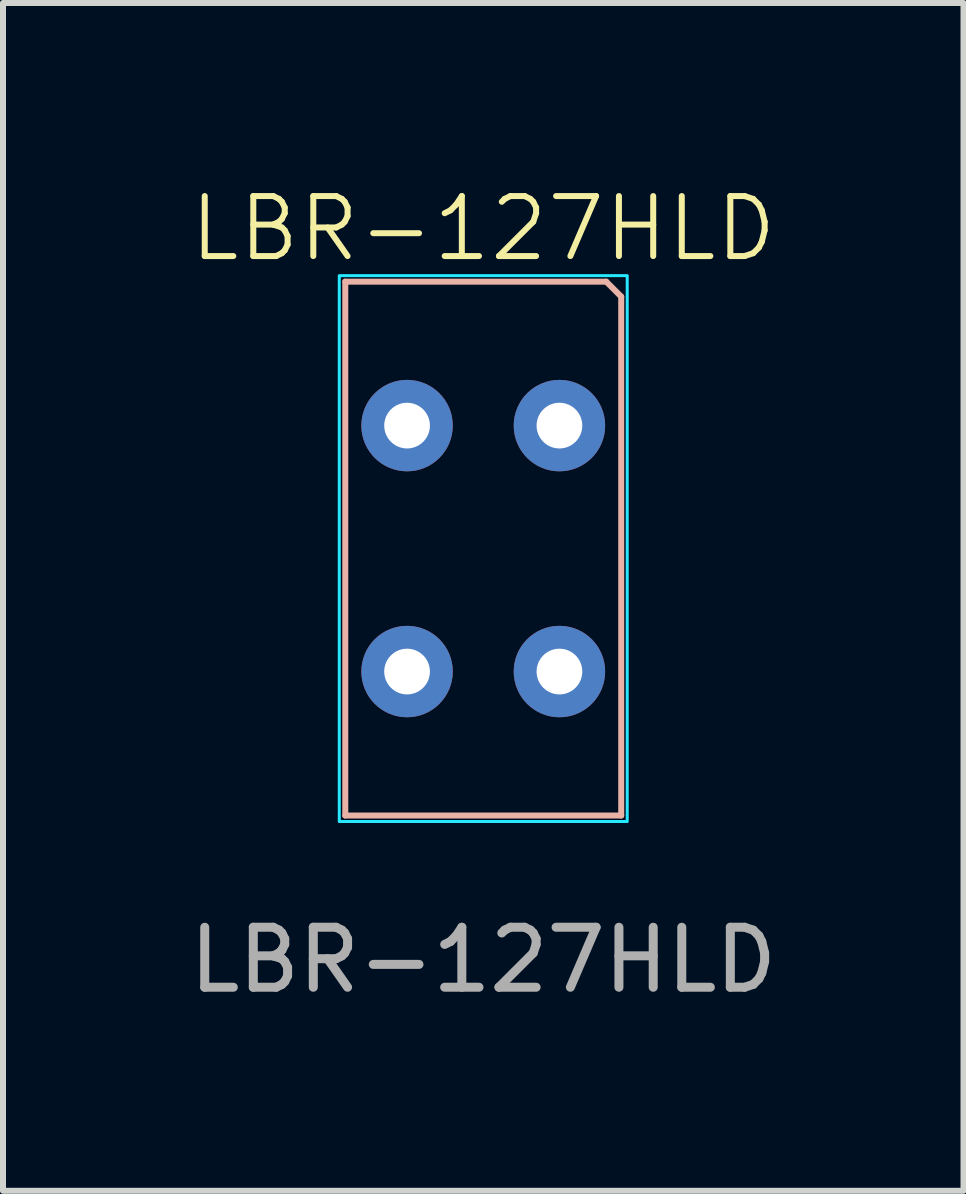
<source format=kicad_pcb>
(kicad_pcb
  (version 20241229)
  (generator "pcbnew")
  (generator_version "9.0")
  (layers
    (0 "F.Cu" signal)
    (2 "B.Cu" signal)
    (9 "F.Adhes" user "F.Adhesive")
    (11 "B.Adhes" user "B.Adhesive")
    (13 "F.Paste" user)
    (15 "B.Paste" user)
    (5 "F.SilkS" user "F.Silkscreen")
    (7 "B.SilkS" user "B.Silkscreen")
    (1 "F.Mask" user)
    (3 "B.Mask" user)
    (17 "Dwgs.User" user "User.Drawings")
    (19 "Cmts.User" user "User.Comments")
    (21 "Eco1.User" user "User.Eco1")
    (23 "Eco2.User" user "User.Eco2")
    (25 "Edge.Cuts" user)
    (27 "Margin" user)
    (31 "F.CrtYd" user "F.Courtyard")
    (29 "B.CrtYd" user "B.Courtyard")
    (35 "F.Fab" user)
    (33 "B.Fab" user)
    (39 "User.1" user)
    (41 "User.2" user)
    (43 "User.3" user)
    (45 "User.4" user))
  (footprint "LBR-127HLD"
    (layer "F.Cu")
    (at 5.006 6.095)
    (property "Reference" "LBR-127HLD" (at 0 -5.334 0) (unlocked yes) (layer "F.SilkS") (effects (font (size 1 1) (thickness 0.1))))
    (attr through_hole)
    (fp_line (start -2.3 -4.45) (end -2.3 4.45) (stroke (width 0.1) (type default)) (layer "B.SilkS"))
    (fp_line (start -2.3 4.45) (end 2.3 4.45) (stroke (width 0.1) (type default)) (layer "B.SilkS"))
    (fp_line (start 2.05 -4.45) (end -2.3 -4.45) (stroke (width 0.1) (type default)) (layer "B.SilkS"))
    (fp_line (start 2.3 -4.2) (end 2.05 -4.45) (stroke (width 0.1) (type default)) (layer "B.SilkS"))
    (fp_line (start 2.3 4.45) (end 2.3 -4.2) (stroke (width 0.1) (type default)) (layer "B.SilkS"))
    (fp_rect (start -2.4 -4.55) (end 2.4 4.55) (stroke (width 0.05) (type default)) (fill no) (layer "B.CrtYd"))
    (fp_text user "${REFERENCE}" (at 0 6.858 0) (unlocked yes) (layer "F.Fab") (effects (font (size 1 1) (thickness 0.15))))
    (pad "1" thru_hole circle (at 1.27 -2.05) (size 1.524 1.524) (drill 0.762) (layers "*.Cu" "*.Mask"))
    (pad "2" thru_hole circle (at -1.27 -2.05) (size 1.524 1.524) (drill 0.762) (layers "*.Cu" "*.Mask"))
    (pad "3" thru_hole circle (at 1.27 2.05) (size 1.524 1.524) (drill 0.762) (layers "*.Cu" "*.Mask"))
    (pad "4" thru_hole circle (at -1.27 2.05) (size 1.524 1.524) (drill 0.762) (layers "*.Cu" "*.Mask")))
  (gr_rect
    (start -3 -3)
    (end 13.012 16.801)
    (stroke (width 0.1) (type default))
    (fill no)
    (layer "Edge.Cuts")))
</source>
